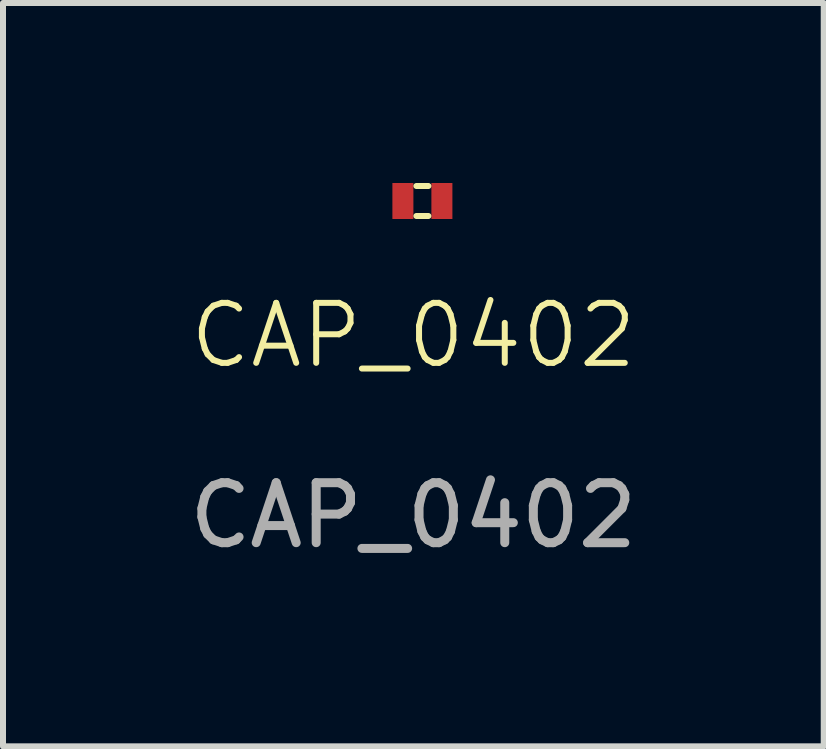
<source format=kicad_pcb>
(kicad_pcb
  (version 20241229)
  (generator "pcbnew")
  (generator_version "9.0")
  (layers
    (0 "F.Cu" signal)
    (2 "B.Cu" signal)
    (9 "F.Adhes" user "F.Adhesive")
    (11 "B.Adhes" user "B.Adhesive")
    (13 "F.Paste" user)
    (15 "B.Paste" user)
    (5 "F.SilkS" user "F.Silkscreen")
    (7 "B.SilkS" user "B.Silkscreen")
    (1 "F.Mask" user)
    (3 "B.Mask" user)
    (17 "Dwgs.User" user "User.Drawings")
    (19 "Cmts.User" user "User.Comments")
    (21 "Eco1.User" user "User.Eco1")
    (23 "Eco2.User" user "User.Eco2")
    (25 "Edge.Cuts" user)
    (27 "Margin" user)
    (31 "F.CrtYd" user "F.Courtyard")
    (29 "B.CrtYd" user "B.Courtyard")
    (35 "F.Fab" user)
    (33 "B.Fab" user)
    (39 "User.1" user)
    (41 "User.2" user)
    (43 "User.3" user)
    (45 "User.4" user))
  (footprint "CAP_0402"
    (layer "F.Cu")
    (at 3.84 0.3)
    (property "Reference" "CAP_0402" (at -0.001 2.24 0) (unlocked yes) (layer "F.SilkS") (effects (font (size 1 1) (thickness 0.1))))
    (attr smd)
    (fp_line (start 0.05 -0.25) (end 0.25 -0.25) (stroke (width 0.1) (type default)) (layer "F.SilkS"))
    (fp_line (start 0.05 0.25) (end 0.25 0.25) (stroke (width 0.1) (type default)) (layer "F.SilkS"))
    (fp_text user "${REFERENCE}" (at -0.001 5.24 0) (unlocked yes) (layer "F.Fab") (effects (font (size 1 1) (thickness 0.15))))
    (pad "1" smd rect (at -0.175 0) (size 0.35 0.6) (layers "F.Cu" "F.Mask" "F.Paste"))
    (pad "2" smd rect (at 0.475 0) (size 0.35 0.6) (layers "F.Cu" "F.Mask" "F.Paste")))
  (gr_rect
    (start -3 -3)
    (end 10.679 9.389)
    (stroke (width 0.1) (type default))
    (fill no)
    (layer "Edge.Cuts")))
</source>
